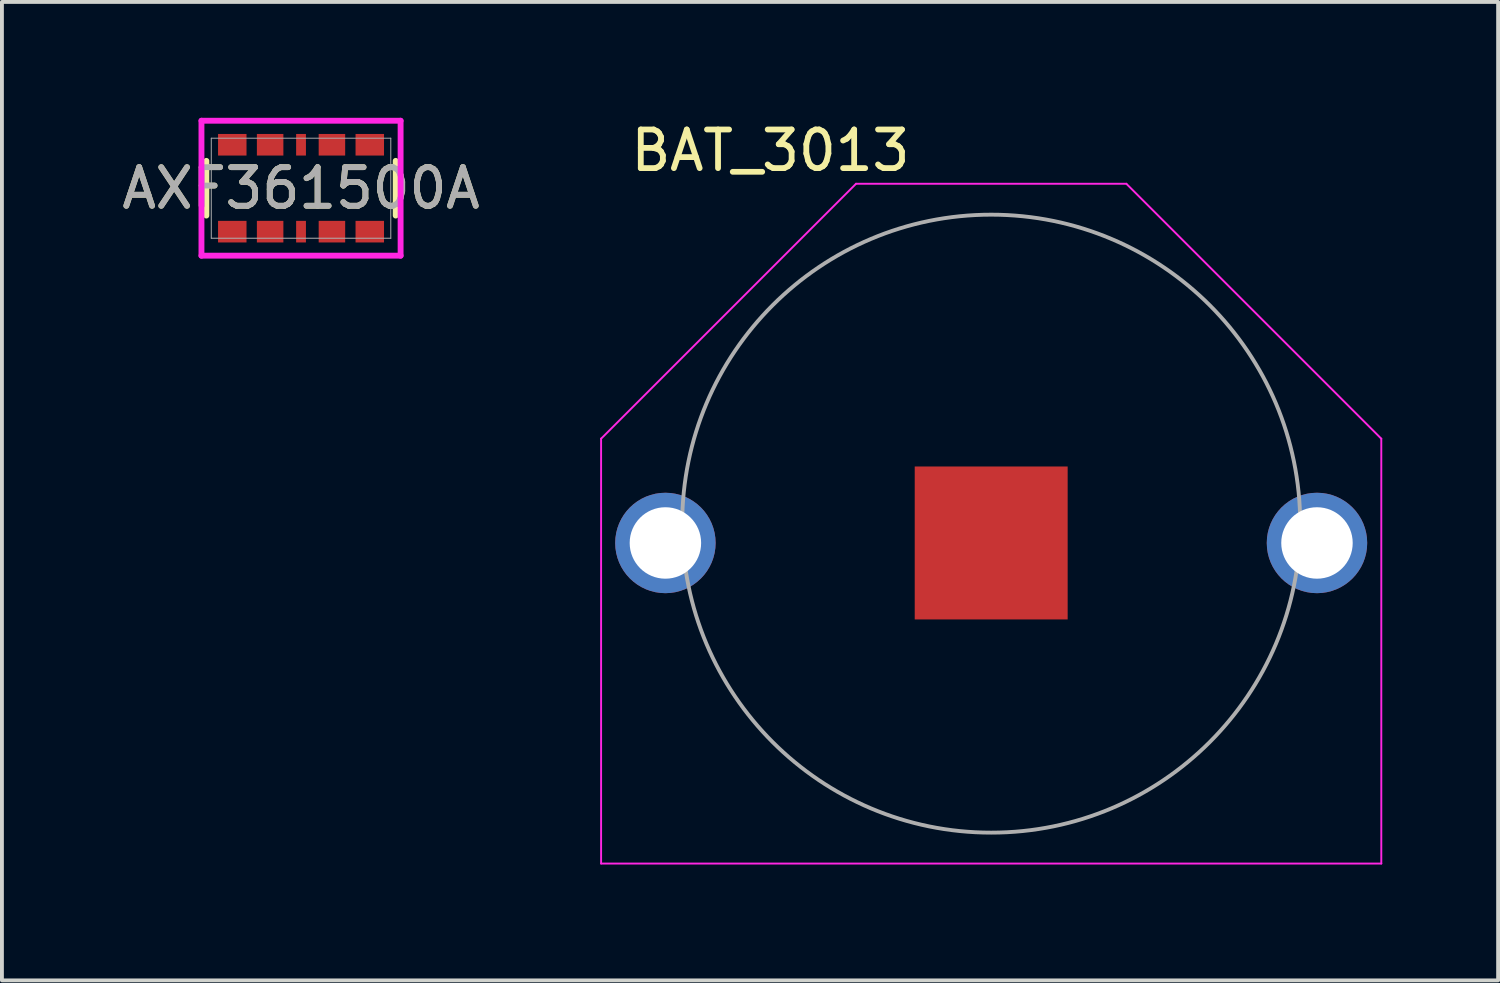
<source format=kicad_pcb>
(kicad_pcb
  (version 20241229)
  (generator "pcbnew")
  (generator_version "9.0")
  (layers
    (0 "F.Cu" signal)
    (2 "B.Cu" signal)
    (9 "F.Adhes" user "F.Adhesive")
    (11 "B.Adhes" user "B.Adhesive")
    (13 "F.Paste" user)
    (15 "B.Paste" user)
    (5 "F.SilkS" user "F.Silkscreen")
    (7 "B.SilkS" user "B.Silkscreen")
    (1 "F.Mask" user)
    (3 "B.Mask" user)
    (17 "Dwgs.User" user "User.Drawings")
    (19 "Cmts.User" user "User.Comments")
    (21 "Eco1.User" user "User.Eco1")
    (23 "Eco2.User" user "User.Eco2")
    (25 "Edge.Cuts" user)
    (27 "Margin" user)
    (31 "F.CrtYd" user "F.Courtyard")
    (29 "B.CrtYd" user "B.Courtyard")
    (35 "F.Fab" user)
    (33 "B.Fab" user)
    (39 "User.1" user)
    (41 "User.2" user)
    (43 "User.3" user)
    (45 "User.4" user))
  (footprint "BAT_3013"
    (layer "F.Cu")
    (at 22.613 11.008)
    (property "Reference" "BAT_3013" (at -5.715 -10.16 0) (layer "F.SilkS") (effects (font (size 1 1) (thickness 0.15))))
    (attr through_hole)
    (fp_circle (center 0 -0.5) (end 7.9 -0.5) (stroke (width 0.1) (type default)) (fill yes) (layer "F.Mask"))
    (fp_line (start -10.1 -2.7) (end -10.1 8.3) (stroke (width 0.05) (type default)) (layer "F.CrtYd"))
    (fp_line (start -10.1 8.3) (end 10.1 8.3) (stroke (width 0.05) (type default)) (layer "F.CrtYd"))
    (fp_line (start -3.5 -9.3) (end -10.1 -2.7) (stroke (width 0.05) (type default)) (layer "F.CrtYd"))
    (fp_line (start -3.5 -9.3) (end 3.5 -9.3) (stroke (width 0.05) (type default)) (layer "F.CrtYd"))
    (fp_line (start 3.5 -9.3) (end 10.1 -2.7) (stroke (width 0.05) (type default)) (layer "F.CrtYd"))
    (fp_line (start 10.1 -2.7) (end 10.1 8.3) (stroke (width 0.05) (type default)) (layer "F.CrtYd"))
    (fp_circle (center 0 -0.5) (end 8 -0.5) (stroke (width 0.1) (type default)) (fill no) (layer "F.Fab"))
    (pad "M" smd rect (at 0 0) (size 3.96 3.96) (layers "F.Cu" "F.Mask"))
    (pad "P" thru_hole circle (at -8.435 0) (size 2.6 2.6) (drill 1.85) (layers "*.Cu" "*.Mask"))
    (pad "P" thru_hole circle (at 8.435 0) (size 2.6 2.6) (drill 1.85) (layers "*.Cu" "*.Mask")))
  (footprint "AXF361500A"
    (layer "F.Cu")
    (at 4.744 1.823)
    (property "Reference" "AXF361500A" (at 0 0 0) (unlocked yes) (layer "F.SilkS") (effects (font (size 1 1) (thickness 0.15))))
    (attr smd)
    (fp_line (start -2.451 -0.708) (end -2.451 0.708) (stroke (width 0.152) (type solid)) (layer "F.SilkS"))
    (fp_line (start 2.451 0.708) (end 2.451 -0.708) (stroke (width 0.152) (type solid)) (layer "F.SilkS"))
    (fp_line (start -2.578 -1.747) (end -2.578 1.747) (stroke (width 0.152) (type solid)) (layer "F.CrtYd"))
    (fp_line (start -2.578 1.747) (end 2.578 1.747) (stroke (width 0.152) (type solid)) (layer "F.CrtYd"))
    (fp_line (start 2.578 -1.747) (end -2.578 -1.747) (stroke (width 0.152) (type solid)) (layer "F.CrtYd"))
    (fp_line (start 2.578 1.747) (end 2.578 -1.747) (stroke (width 0.152) (type solid)) (layer "F.CrtYd"))
    (fp_line (start -2.324 -1.295) (end -2.324 1.295) (stroke (width 0.025) (type solid)) (layer "F.Fab"))
    (fp_line (start -2.324 1.295) (end 2.324 1.295) (stroke (width 0.025) (type solid)) (layer "F.Fab"))
    (fp_line (start 2.324 -1.295) (end -2.324 -1.295) (stroke (width 0.025) (type solid)) (layer "F.Fab"))
    (fp_line (start 2.324 1.295) (end 2.324 -1.295) (stroke (width 0.025) (type solid)) (layer "F.Fab"))
    (fp_text user "${REFERENCE}" (at 0 0 0) (unlocked yes) (layer "F.Fab") (effects (font (size 1 1) (thickness 0.15))))
    (pad "P1" smd rect (at -1.78 1.125 90) (size 0.559 0.737) (layers "F.Cu" "F.Mask" "F.Paste"))
    (pad "P1" smd rect (at -0.8 1.125) (size 0.686 0.559) (layers "F.Cu" "F.Mask" "F.Paste"))
    (pad "P2" smd rect (at -1.78 -1.125 90) (size 0.559 0.737) (layers "F.Cu" "F.Mask" "F.Paste"))
    (pad "P2" smd rect (at -0.8 -1.125) (size 0.686 0.559) (layers "F.Cu" "F.Mask" "F.Paste"))
    (pad "P3" smd rect (at 0.8 1.125) (size 0.686 0.559) (layers "F.Cu" "F.Mask" "F.Paste"))
    (pad "P3" smd rect (at 1.78 1.125 90) (size 0.559 0.737) (layers "F.Cu" "F.Mask" "F.Paste"))
    (pad "P4" smd rect (at 0.8 -1.125) (size 0.686 0.559) (layers "F.Cu" "F.Mask" "F.Paste"))
    (pad "P4" smd rect (at 1.78 -1.125 90) (size 0.559 0.737) (layers "F.Cu" "F.Mask" "F.Paste"))
    (pad "S1" smd rect (at 0 1.125) (size 0.254 0.559) (layers "F.Cu" "F.Mask" "F.Paste"))
    (pad "S2" smd rect (at 0 -1.125) (size 0.254 0.559) (layers "F.Cu" "F.Mask" "F.Paste")))
  (gr_rect
    (start -3 -3)
    (end 35.738 22.333)
    (stroke (width 0.1) (type default))
    (fill no)
    (layer "Edge.Cuts")))
</source>
